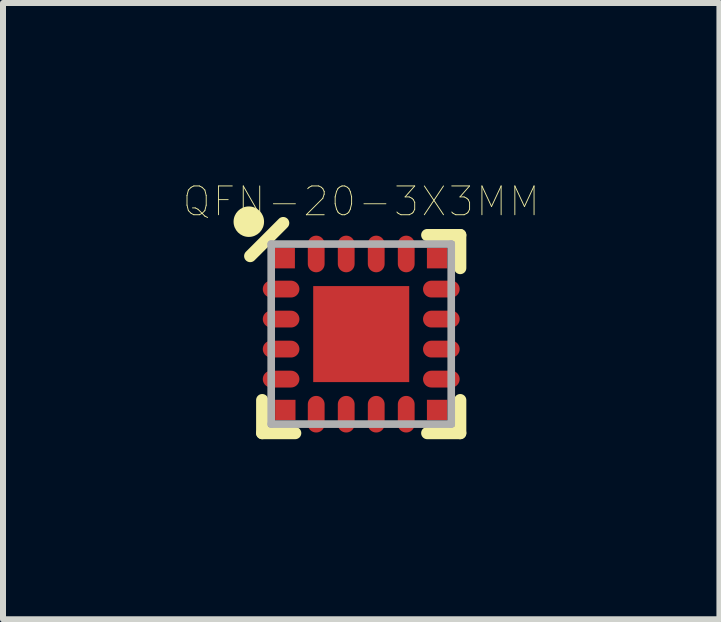
<source format=kicad_pcb>
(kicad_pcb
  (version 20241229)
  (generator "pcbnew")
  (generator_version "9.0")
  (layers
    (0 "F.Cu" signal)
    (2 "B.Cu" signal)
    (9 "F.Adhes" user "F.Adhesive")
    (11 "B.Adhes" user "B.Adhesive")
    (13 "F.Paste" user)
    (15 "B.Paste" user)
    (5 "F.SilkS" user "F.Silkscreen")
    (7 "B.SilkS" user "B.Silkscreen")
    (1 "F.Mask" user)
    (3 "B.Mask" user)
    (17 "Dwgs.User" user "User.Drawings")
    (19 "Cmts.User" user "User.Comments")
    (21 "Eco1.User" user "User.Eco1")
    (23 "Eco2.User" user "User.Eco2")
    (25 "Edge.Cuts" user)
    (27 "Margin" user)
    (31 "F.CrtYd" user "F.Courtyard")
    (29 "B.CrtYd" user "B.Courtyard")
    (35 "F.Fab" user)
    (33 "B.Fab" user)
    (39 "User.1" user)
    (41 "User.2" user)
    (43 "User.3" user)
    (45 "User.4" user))
  (footprint "QFN-20-3X3MM"
    (layer "F.Cu")
    (at 2.969 2.517)
    (property "Reference" "QFN-20-3X3MM" (at 0 -2.21 0) (layer "F.SilkS") (effects (font (size 0.48 0.48) (thickness 0.015))))
    (attr through_hole)
    (fp_poly (pts (xy 0.73 -0.73) (xy 0.73 0.73) (xy -0.73 0.73) (xy -0.73 -0.73)) (stroke (width 0.127) (type solid)) (fill yes) (layer "F.Mask"))
    (fp_line (start -1.65 1.65) (end -1.65 1.1) (stroke (width 0.203) (type solid)) (layer "F.SilkS"))
    (fp_line (start -1.3 -1.85) (end -1.85 -1.3) (stroke (width 0.203) (type solid)) (layer "F.SilkS"))
    (fp_line (start -1.1 1.65) (end -1.65 1.65) (stroke (width 0.203) (type solid)) (layer "F.SilkS"))
    (fp_line (start 1.1 -1.65) (end 1.65 -1.65) (stroke (width 0.203) (type solid)) (layer "F.SilkS"))
    (fp_line (start 1.65 -1.65) (end 1.65 -1.1) (stroke (width 0.203) (type solid)) (layer "F.SilkS"))
    (fp_line (start 1.65 1.1) (end 1.65 1.65) (stroke (width 0.203) (type solid)) (layer "F.SilkS"))
    (fp_line (start 1.65 1.65) (end 1.1 1.65) (stroke (width 0.203) (type solid)) (layer "F.SilkS"))
    (fp_circle (center -1.873 -1.873) (end -1.619 -1.873) (stroke (width 0) (type solid)) (fill yes) (layer "F.SilkS"))
    (fp_poly (pts (xy -0.699 -0.676) (xy -0.111 -0.676) (xy -0.111 -0.101) (xy -0.699 -0.101)) (stroke (width 0.01) (type solid)) (fill yes) (layer "F.Paste"))
    (fp_poly (pts (xy -0.692 0.062) (xy -0.098 0.062) (xy -0.098 0.676) (xy -0.692 0.676)) (stroke (width 0.01) (type solid)) (fill yes) (layer "F.Paste"))
    (fp_poly (pts (xy 0.046 0.072) (xy 0.656 0.072) (xy 0.656 0.679) (xy 0.046 0.679)) (stroke (width 0.01) (type solid)) (fill yes) (layer "F.Paste"))
    (fp_poly (pts (xy 0.049 -0.676) (xy 0.66 -0.676) (xy 0.66 -0.104) (xy 0.049 -0.104)) (stroke (width 0.01) (type solid)) (fill yes) (layer "F.Paste"))
    (fp_line (start -1.5 -1.5) (end 1.5 -1.5) (stroke (width 0.127) (type solid)) (layer "F.Fab"))
    (fp_line (start -1.5 1.5) (end -1.5 -1.5) (stroke (width 0.127) (type solid)) (layer "F.Fab"))
    (fp_line (start 1.5 -1.5) (end 1.5 1.5) (stroke (width 0.127) (type solid)) (layer "F.Fab"))
    (fp_line (start 1.5 1.5) (end -1.5 1.5) (stroke (width 0.127) (type solid)) (layer "F.Fab"))
    (pad "1" smd rect (at -1.275 -1.265) (size 0.34 0.34) (layers "F.Cu" "F.Mask" "F.Paste"))
    (pad "2" smd oval (at -1.335 -0.75) (size 0.61 0.28) (layers "F.Cu" "F.Mask" "F.Paste"))
    (pad "3" smd oval (at -1.335 -0.25) (size 0.61 0.28) (layers "F.Cu" "F.Mask" "F.Paste"))
    (pad "4" smd oval (at -1.335 0.25) (size 0.61 0.28) (layers "F.Cu" "F.Mask" "F.Paste"))
    (pad "5" smd oval (at -1.335 0.75) (size 0.61 0.28) (layers "F.Cu" "F.Mask" "F.Paste"))
    (pad "6" smd rect (at -1.265 1.265) (size 0.34 0.34) (layers "F.Cu" "F.Mask" "F.Paste"))
    (pad "7" smd oval (at -0.75 1.335) (size 0.28 0.61) (layers "F.Cu" "F.Mask" "F.Paste"))
    (pad "8" smd oval (at -0.25 1.335) (size 0.28 0.61) (layers "F.Cu" "F.Mask" "F.Paste"))
    (pad "9" smd oval (at 0.25 1.335) (size 0.28 0.61) (layers "F.Cu" "F.Mask" "F.Paste"))
    (pad "10" smd oval (at 0.75 1.335) (size 0.28 0.61) (layers "F.Cu" "F.Mask" "F.Paste"))
    (pad "11" smd rect (at 1.265 1.265) (size 0.34 0.34) (layers "F.Cu" "F.Mask" "F.Paste"))
    (pad "12" smd oval (at 1.335 0.75) (size 0.61 0.28) (layers "F.Cu" "F.Mask" "F.Paste"))
    (pad "13" smd oval (at 1.335 0.25) (size 0.61 0.28) (layers "F.Cu" "F.Mask" "F.Paste"))
    (pad "14" smd oval (at 1.335 -0.25) (size 0.61 0.28) (layers "F.Cu" "F.Mask" "F.Paste"))
    (pad "15" smd oval (at 1.335 -0.75) (size 0.61 0.28) (layers "F.Cu" "F.Mask" "F.Paste"))
    (pad "16" smd rect (at 1.265 -1.265) (size 0.34 0.34) (layers "F.Cu" "F.Mask" "F.Paste"))
    (pad "17" smd oval (at 0.75 -1.335) (size 0.28 0.61) (layers "F.Cu" "F.Mask" "F.Paste"))
    (pad "18" smd oval (at 0.25 -1.335) (size 0.28 0.61) (layers "F.Cu" "F.Mask" "F.Paste"))
    (pad "19" smd oval (at -0.25 -1.335) (size 0.28 0.61) (layers "F.Cu" "F.Mask" "F.Paste"))
    (pad "20" smd oval (at -0.75 -1.335) (size 0.28 0.61) (layers "F.Cu" "F.Mask" "F.Paste"))
    (pad "21" smd rect (at 0 0) (size 1.6 1.6) (layers "F.Cu")))
  (gr_rect
    (start -3 -3)
    (end 8.938 7.269)
    (stroke (width 0.1) (type default))
    (fill no)
    (layer "Edge.Cuts")))
</source>
